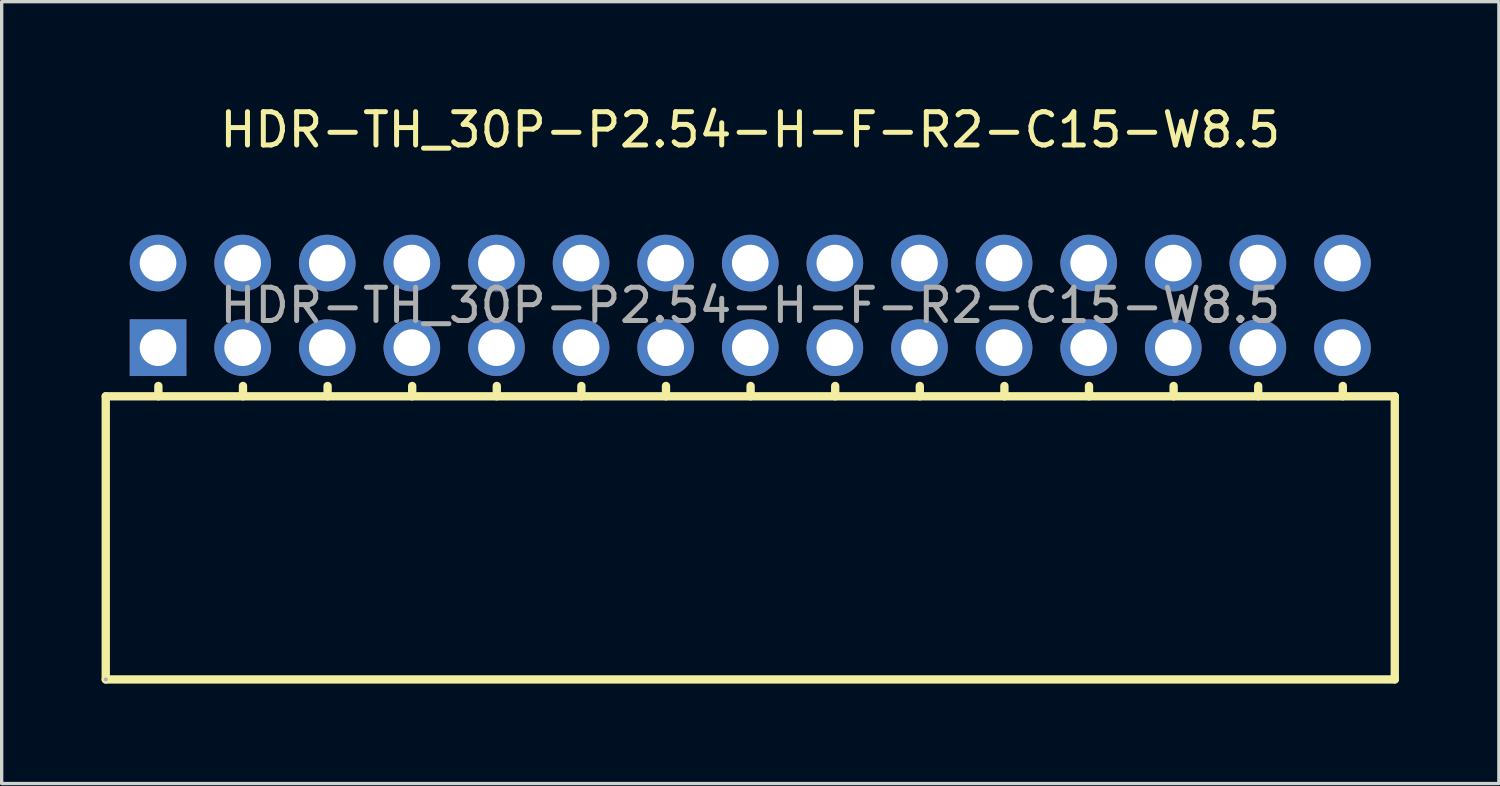
<source format=kicad_pcb>
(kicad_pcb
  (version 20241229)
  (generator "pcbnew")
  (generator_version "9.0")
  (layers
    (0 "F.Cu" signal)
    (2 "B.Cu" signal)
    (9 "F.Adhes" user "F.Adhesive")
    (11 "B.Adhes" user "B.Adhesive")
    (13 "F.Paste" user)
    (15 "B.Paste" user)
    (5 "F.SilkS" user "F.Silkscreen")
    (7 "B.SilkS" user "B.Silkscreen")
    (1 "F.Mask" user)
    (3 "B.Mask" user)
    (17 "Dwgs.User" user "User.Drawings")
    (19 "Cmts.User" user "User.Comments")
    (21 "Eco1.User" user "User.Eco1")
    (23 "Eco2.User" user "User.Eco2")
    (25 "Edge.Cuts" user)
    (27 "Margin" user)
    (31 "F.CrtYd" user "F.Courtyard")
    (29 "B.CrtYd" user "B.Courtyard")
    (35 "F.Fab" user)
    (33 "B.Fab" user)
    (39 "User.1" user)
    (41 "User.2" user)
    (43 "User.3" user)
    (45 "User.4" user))
  (footprint "HDR-TH_30P-P2.54-H-F-R2-C15-W8.5"
    (layer "F.Cu")
    (at 19.475 6.118)
    (property "Reference" "HDR-TH_30P-P2.54-H-F-R2-C15-W8.5" (at 0 -5.27 0) (layer "F.SilkS") (effects (font (size 1 1) (thickness 0.15))))
    (attr through_hole)
    (fp_line (start -19.35 2.73) (end 19.35 2.73) (stroke (width 0.25) (type solid)) (layer "F.SilkS"))
    (fp_line (start -19.35 11.23) (end -19.35 2.73) (stroke (width 0.25) (type solid)) (layer "F.SilkS"))
    (fp_line (start -19.35 11.23) (end 19.35 11.23) (stroke (width 0.25) (type solid)) (layer "F.SilkS"))
    (fp_line (start -17.77 2.73) (end -17.77 2.42) (stroke (width 0.25) (type solid)) (layer "F.SilkS"))
    (fp_line (start -15.23 2.73) (end -15.23 2.42) (stroke (width 0.25) (type solid)) (layer "F.SilkS"))
    (fp_line (start -12.69 2.73) (end -12.69 2.42) (stroke (width 0.25) (type solid)) (layer "F.SilkS"))
    (fp_line (start -10.15 2.73) (end -10.15 2.42) (stroke (width 0.25) (type solid)) (layer "F.SilkS"))
    (fp_line (start -7.61 2.73) (end -7.61 2.42) (stroke (width 0.25) (type solid)) (layer "F.SilkS"))
    (fp_line (start -5.07 2.73) (end -5.07 2.42) (stroke (width 0.25) (type solid)) (layer "F.SilkS"))
    (fp_line (start -2.53 2.73) (end -2.53 2.42) (stroke (width 0.25) (type solid)) (layer "F.SilkS"))
    (fp_line (start 0.01 2.73) (end 0.01 2.42) (stroke (width 0.25) (type solid)) (layer "F.SilkS"))
    (fp_line (start 2.55 2.73) (end 2.55 2.42) (stroke (width 0.25) (type solid)) (layer "F.SilkS"))
    (fp_line (start 5.09 2.73) (end 5.09 2.42) (stroke (width 0.25) (type solid)) (layer "F.SilkS"))
    (fp_line (start 7.63 2.73) (end 7.63 2.42) (stroke (width 0.25) (type solid)) (layer "F.SilkS"))
    (fp_line (start 10.17 2.73) (end 10.17 2.42) (stroke (width 0.25) (type solid)) (layer "F.SilkS"))
    (fp_line (start 12.71 2.73) (end 12.71 2.42) (stroke (width 0.25) (type solid)) (layer "F.SilkS"))
    (fp_line (start 15.25 2.73) (end 15.25 2.42) (stroke (width 0.25) (type solid)) (layer "F.SilkS"))
    (fp_line (start 17.79 2.73) (end 17.79 2.42) (stroke (width 0.25) (type solid)) (layer "F.SilkS"))
    (fp_line (start 19.35 2.73) (end 19.35 11.23) (stroke (width 0.25) (type solid)) (layer "F.SilkS"))
    (fp_circle (center -19.35 11.23) (end -19.32 11.23) (stroke (width 0.06) (type solid)) (fill no) (layer "F.Fab"))
    (fp_text user "${REFERENCE}" (at 0 0 0) (layer "F.Fab") (effects (font (size 1 1) (thickness 0.15))))
    (pad "1" thru_hole rect (at -17.78 1.27) (size 1.7 1.7) (drill 1.1) (layers "*.Cu" "*.Mask"))
    (pad "2" thru_hole circle (at -17.78 -1.27) (size 1.7 1.7) (drill 1.1) (layers "*.Cu" "*.Mask"))
    (pad "3" thru_hole circle (at -15.24 1.27) (size 1.7 1.7) (drill 1.1) (layers "*.Cu" "*.Mask"))
    (pad "4" thru_hole circle (at -15.24 -1.27) (size 1.7 1.7) (drill 1.1) (layers "*.Cu" "*.Mask"))
    (pad "5" thru_hole circle (at -12.7 1.27) (size 1.7 1.7) (drill 1.1) (layers "*.Cu" "*.Mask"))
    (pad "6" thru_hole circle (at -12.7 -1.27) (size 1.7 1.7) (drill 1.1) (layers "*.Cu" "*.Mask"))
    (pad "7" thru_hole circle (at -10.16 1.27) (size 1.7 1.7) (drill 1.1) (layers "*.Cu" "*.Mask"))
    (pad "8" thru_hole circle (at -10.16 -1.27) (size 1.7 1.7) (drill 1.1) (layers "*.Cu" "*.Mask"))
    (pad "9" thru_hole circle (at -7.62 1.27) (size 1.7 1.7) (drill 1.1) (layers "*.Cu" "*.Mask"))
    (pad "10" thru_hole circle (at -7.62 -1.27) (size 1.7 1.7) (drill 1.1) (layers "*.Cu" "*.Mask"))
    (pad "11" thru_hole circle (at -5.08 1.27) (size 1.7 1.7) (drill 1.1) (layers "*.Cu" "*.Mask"))
    (pad "12" thru_hole circle (at -5.08 -1.27) (size 1.7 1.7) (drill 1.1) (layers "*.Cu" "*.Mask"))
    (pad "13" thru_hole circle (at -2.54 1.27) (size 1.7 1.7) (drill 1.1) (layers "*.Cu" "*.Mask"))
    (pad "14" thru_hole circle (at -2.54 -1.27) (size 1.7 1.7) (drill 1.1) (layers "*.Cu" "*.Mask"))
    (pad "15" thru_hole circle (at 0 1.27) (size 1.7 1.7) (drill 1.1) (layers "*.Cu" "*.Mask"))
    (pad "16" thru_hole circle (at 0 -1.27) (size 1.7 1.7) (drill 1.1) (layers "*.Cu" "*.Mask"))
    (pad "17" thru_hole circle (at 2.54 1.27) (size 1.7 1.7) (drill 1.1) (layers "*.Cu" "*.Mask"))
    (pad "18" thru_hole circle (at 2.54 -1.27) (size 1.7 1.7) (drill 1.1) (layers "*.Cu" "*.Mask"))
    (pad "19" thru_hole circle (at 5.08 1.27) (size 1.7 1.7) (drill 1.1) (layers "*.Cu" "*.Mask"))
    (pad "20" thru_hole circle (at 5.08 -1.27) (size 1.7 1.7) (drill 1.1) (layers "*.Cu" "*.Mask"))
    (pad "21" thru_hole circle (at 7.62 1.27) (size 1.7 1.7) (drill 1.1) (layers "*.Cu" "*.Mask"))
    (pad "22" thru_hole circle (at 7.62 -1.27) (size 1.7 1.7) (drill 1.1) (layers "*.Cu" "*.Mask"))
    (pad "23" thru_hole circle (at 10.16 1.27) (size 1.7 1.7) (drill 1.1) (layers "*.Cu" "*.Mask"))
    (pad "24" thru_hole circle (at 10.16 -1.27) (size 1.7 1.7) (drill 1.1) (layers "*.Cu" "*.Mask"))
    (pad "25" thru_hole circle (at 12.7 1.27) (size 1.7 1.7) (drill 1.1) (layers "*.Cu" "*.Mask"))
    (pad "26" thru_hole circle (at 12.7 -1.27) (size 1.7 1.7) (drill 1.1) (layers "*.Cu" "*.Mask"))
    (pad "27" thru_hole circle (at 15.24 1.27) (size 1.7 1.7) (drill 1.1) (layers "*.Cu" "*.Mask"))
    (pad "28" thru_hole circle (at 15.24 -1.27) (size 1.7 1.7) (drill 1.1) (layers "*.Cu" "*.Mask"))
    (pad "29" thru_hole circle (at 17.78 1.27) (size 1.7 1.7) (drill 1.1) (layers "*.Cu" "*.Mask"))
    (pad "30" thru_hole circle (at 17.78 -1.27) (size 1.7 1.7) (drill 1.1) (layers "*.Cu" "*.Mask")))
  (gr_rect
    (start -3 -3)
    (end 41.95 20.473)
    (stroke (width 0.1) (type default))
    (fill no)
    (layer "Edge.Cuts")))
</source>
